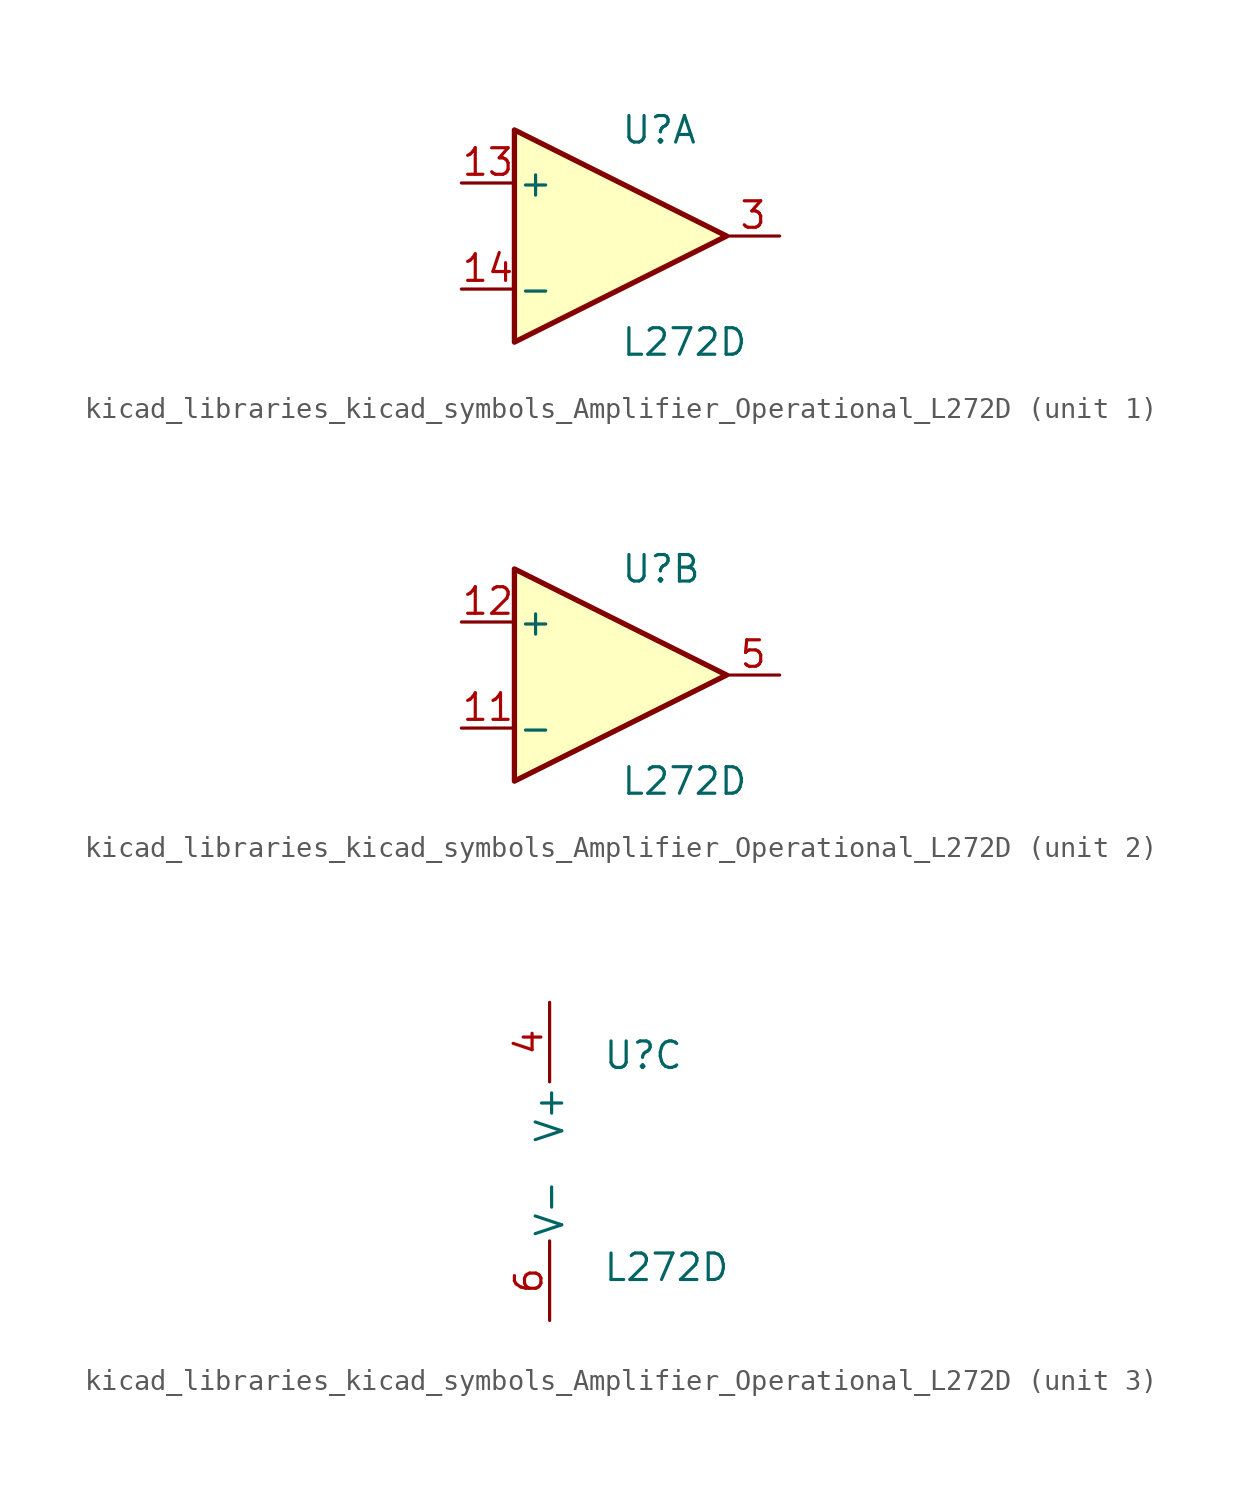
<source format=kicad_sym>
(kicad_symbol_lib
  (version 20220914)
  (generator kicad_symbol_editor)
  (symbol "kicad_libraries_kicad_symbols_Amplifier_Operational_L272D"
    (pin_names
      (offset 0.127))
    (property "Reference" "U"
      (at 0 5.08 0)
      (effects (font (size 1.27 1.27)) (justify left)))
    (property "Value" "L272D"
      (at 0 -5.08 0)
      (effects (font (size 1.27 1.27)) (justify left)))
    (property "ki_locked" ""
      (at 0 0 0)
      (effects (font (size 1.27 1.27))))
    (symbol "kicad_libraries_kicad_symbols_Amplifier_Operational_L272D_1_1"
      (polyline (pts (xy -5.08 5.08) (xy 5.08 0) (xy -5.08 -5.08) (xy -5.08 5.08)) (stroke (width 0.254) (type default)) (fill (type background)))
      (pin no_connect line (at -2.54 -2.54 90) (length 2.54) hide (name "NC" (effects (font (size 1.27 1.27)))) (number "1" (effects (font (size 1.27 1.27)))))
      (pin input line (at -7.62 2.54 0) (length 2.54) (name "+" (effects (font (size 1.27 1.27)))) (number "13" (effects (font (size 1.27 1.27)))))
      (pin input line (at -7.62 -2.54 0) (length 2.54) (name "-" (effects (font (size 1.27 1.27)))) (number "14" (effects (font (size 1.27 1.27)))))
      (pin no_connect line (at 0 -2.54 90) (length 2.54) hide (name "NC" (effects (font (size 1.27 1.27)))) (number "2" (effects (font (size 1.27 1.27)))))
      (pin output line (at 7.62 0 180) (length 2.54) (name "~" (effects (font (size 1.27 1.27)))) (number "3" (effects (font (size 1.27 1.27)))))
      (pin no_connect line (at -2.54 2.54 90) (length 2.54) hide (name "NC" (effects (font (size 1.27 1.27)))) (number "7" (effects (font (size 1.27 1.27)))))
      (pin no_connect line (at 0 2.54 90) (length 2.54) hide (name "NC" (effects (font (size 1.27 1.27)))) (number "8" (effects (font (size 1.27 1.27))))))
    (symbol "kicad_libraries_kicad_symbols_Amplifier_Operational_L272D_2_1"
      (polyline (pts (xy -5.08 5.08) (xy 5.08 0) (xy -5.08 -5.08) (xy -5.08 5.08)) (stroke (width 0.254) (type default)) (fill (type background)))
      (pin no_connect line (at 0 -2.54 270) (length 2.54) hide (name "NC" (effects (font (size 1.27 1.27)))) (number "10" (effects (font (size 1.27 1.27)))))
      (pin input line (at -7.62 -2.54 0) (length 2.54) (name "-" (effects (font (size 1.27 1.27)))) (number "11" (effects (font (size 1.27 1.27)))))
      (pin input line (at -7.62 2.54 0) (length 2.54) (name "+" (effects (font (size 1.27 1.27)))) (number "12" (effects (font (size 1.27 1.27)))))
      (pin no_connect line (at -2.54 2.54 270) (length 2.54) hide (name "NC" (effects (font (size 1.27 1.27)))) (number "15" (effects (font (size 1.27 1.27)))))
      (pin no_connect line (at 0 2.54 270) (length 2.54) hide (name "NC" (effects (font (size 1.27 1.27)))) (number "16" (effects (font (size 1.27 1.27)))))
      (pin output line (at 7.62 0 180) (length 2.54) (name "~" (effects (font (size 1.27 1.27)))) (number "5" (effects (font (size 1.27 1.27)))))
      (pin no_connect line (at -2.54 -2.54 270) (length 2.54) hide (name "NC" (effects (font (size 1.27 1.27)))) (number "9" (effects (font (size 1.27 1.27))))))
    (symbol "kicad_libraries_kicad_symbols_Amplifier_Operational_L272D_3_1"
      (pin power_in line (at -2.54 7.62 270) (length 3.81) (name "V+" (effects (font (size 1.27 1.27)))) (number "4" (effects (font (size 1.27 1.27)))))
      (pin power_in line (at -2.54 -7.62 90) (length 3.81) (name "V-" (effects (font (size 1.27 1.27)))) (number "6" (effects (font (size 1.27 1.27))))))))
</source>
